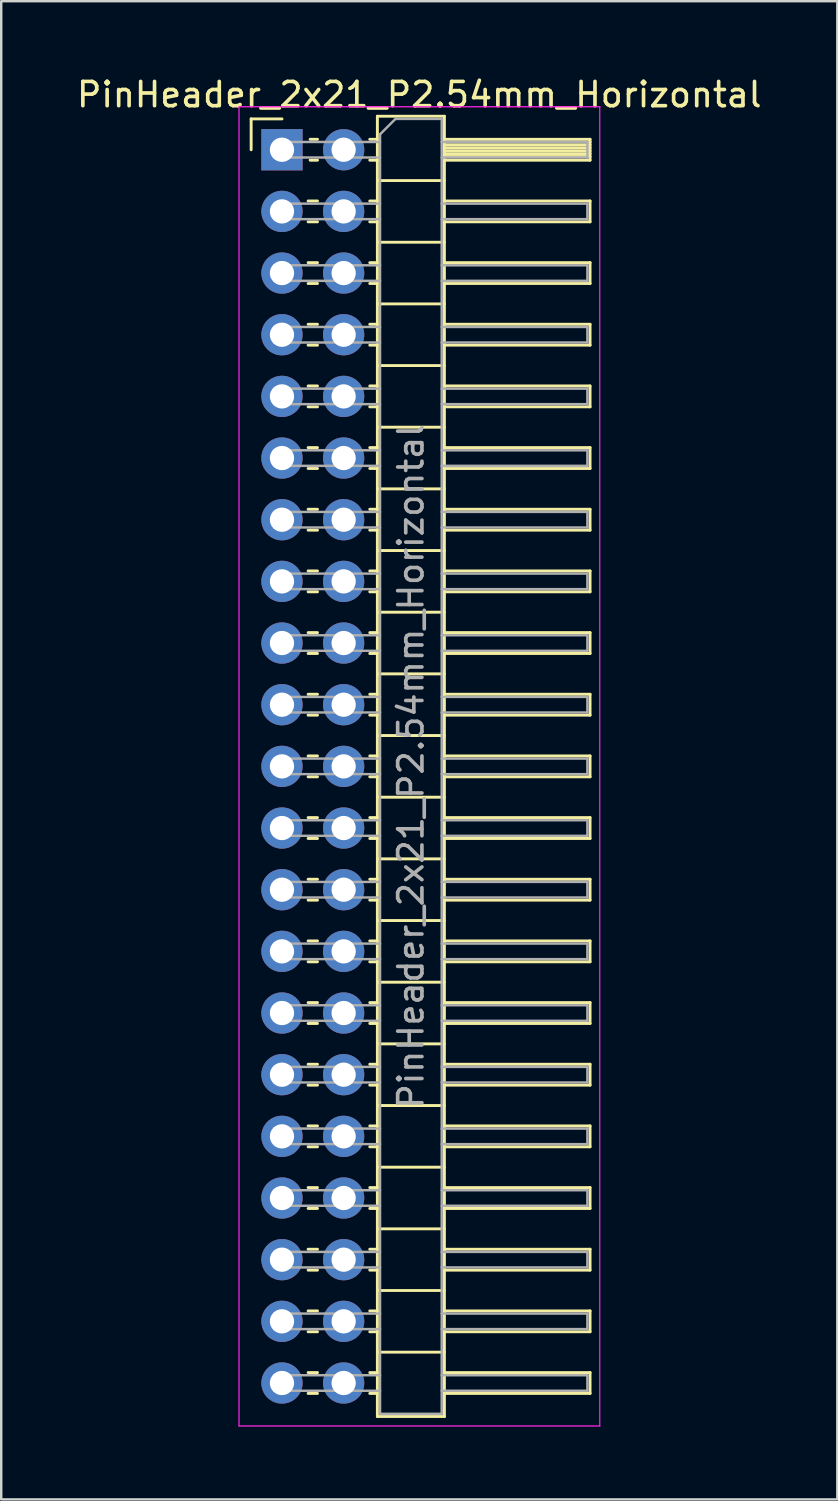
<source format=kicad_pcb>
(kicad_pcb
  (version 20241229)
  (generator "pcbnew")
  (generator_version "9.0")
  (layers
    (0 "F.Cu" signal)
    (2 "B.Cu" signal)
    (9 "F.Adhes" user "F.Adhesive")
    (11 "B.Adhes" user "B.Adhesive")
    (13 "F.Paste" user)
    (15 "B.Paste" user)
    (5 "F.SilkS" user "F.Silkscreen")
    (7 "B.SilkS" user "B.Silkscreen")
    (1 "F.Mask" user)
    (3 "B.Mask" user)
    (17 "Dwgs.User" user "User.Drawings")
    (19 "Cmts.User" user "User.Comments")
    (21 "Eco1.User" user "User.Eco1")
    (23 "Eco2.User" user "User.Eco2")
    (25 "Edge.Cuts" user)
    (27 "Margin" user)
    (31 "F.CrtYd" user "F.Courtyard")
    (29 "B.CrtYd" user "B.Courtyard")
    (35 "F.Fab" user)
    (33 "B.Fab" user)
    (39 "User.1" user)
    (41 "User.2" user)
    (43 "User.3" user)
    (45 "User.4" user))
  (footprint "PinHeader_2x21_P2.54mm_Horizontal"
    (layer "F.Cu")
    (at 8.565 3.118)
    (property "Reference" "PinHeader_2x21_P2.54mm_Horizontal" (at 5.655 -2.27 0) (layer "F.SilkS") (effects (font (size 1 1) (thickness 0.15))))
    (attr through_hole)
    (fp_line (start -1.27 -1.27) (end 0 -1.27) (stroke (width 0.12) (type solid)) (layer "F.SilkS"))
    (fp_line (start -1.27 0) (end -1.27 -1.27) (stroke (width 0.12) (type solid)) (layer "F.SilkS"))
    (fp_line (start 1.077 2.11) (end 1.463 2.11) (stroke (width 0.12) (type solid)) (layer "F.SilkS"))
    (fp_line (start 1.077 2.97) (end 1.463 2.97) (stroke (width 0.12) (type solid)) (layer "F.SilkS"))
    (fp_line (start 1.077 4.65) (end 1.463 4.65) (stroke (width 0.12) (type solid)) (layer "F.SilkS"))
    (fp_line (start 1.077 5.51) (end 1.463 5.51) (stroke (width 0.12) (type solid)) (layer "F.SilkS"))
    (fp_line (start 1.077 7.19) (end 1.463 7.19) (stroke (width 0.12) (type solid)) (layer "F.SilkS"))
    (fp_line (start 1.077 8.05) (end 1.463 8.05) (stroke (width 0.12) (type solid)) (layer "F.SilkS"))
    (fp_line (start 1.077 9.73) (end 1.463 9.73) (stroke (width 0.12) (type solid)) (layer "F.SilkS"))
    (fp_line (start 1.077 10.59) (end 1.463 10.59) (stroke (width 0.12) (type solid)) (layer "F.SilkS"))
    (fp_line (start 1.077 12.27) (end 1.463 12.27) (stroke (width 0.12) (type solid)) (layer "F.SilkS"))
    (fp_line (start 1.077 13.13) (end 1.463 13.13) (stroke (width 0.12) (type solid)) (layer "F.SilkS"))
    (fp_line (start 1.077 14.81) (end 1.463 14.81) (stroke (width 0.12) (type solid)) (layer "F.SilkS"))
    (fp_line (start 1.077 15.67) (end 1.463 15.67) (stroke (width 0.12) (type solid)) (layer "F.SilkS"))
    (fp_line (start 1.077 17.35) (end 1.463 17.35) (stroke (width 0.12) (type solid)) (layer "F.SilkS"))
    (fp_line (start 1.077 18.21) (end 1.463 18.21) (stroke (width 0.12) (type solid)) (layer "F.SilkS"))
    (fp_line (start 1.077 19.89) (end 1.463 19.89) (stroke (width 0.12) (type solid)) (layer "F.SilkS"))
    (fp_line (start 1.077 20.75) (end 1.463 20.75) (stroke (width 0.12) (type solid)) (layer "F.SilkS"))
    (fp_line (start 1.077 22.43) (end 1.463 22.43) (stroke (width 0.12) (type solid)) (layer "F.SilkS"))
    (fp_line (start 1.077 23.29) (end 1.463 23.29) (stroke (width 0.12) (type solid)) (layer "F.SilkS"))
    (fp_line (start 1.077 24.97) (end 1.463 24.97) (stroke (width 0.12) (type solid)) (layer "F.SilkS"))
    (fp_line (start 1.077 25.83) (end 1.463 25.83) (stroke (width 0.12) (type solid)) (layer "F.SilkS"))
    (fp_line (start 1.077 27.51) (end 1.463 27.51) (stroke (width 0.12) (type solid)) (layer "F.SilkS"))
    (fp_line (start 1.077 28.37) (end 1.463 28.37) (stroke (width 0.12) (type solid)) (layer "F.SilkS"))
    (fp_line (start 1.077 30.05) (end 1.463 30.05) (stroke (width 0.12) (type solid)) (layer "F.SilkS"))
    (fp_line (start 1.077 30.91) (end 1.463 30.91) (stroke (width 0.12) (type solid)) (layer "F.SilkS"))
    (fp_line (start 1.077 32.59) (end 1.463 32.59) (stroke (width 0.12) (type solid)) (layer "F.SilkS"))
    (fp_line (start 1.077 33.45) (end 1.463 33.45) (stroke (width 0.12) (type solid)) (layer "F.SilkS"))
    (fp_line (start 1.077 35.13) (end 1.463 35.13) (stroke (width 0.12) (type solid)) (layer "F.SilkS"))
    (fp_line (start 1.077 35.99) (end 1.463 35.99) (stroke (width 0.12) (type solid)) (layer "F.SilkS"))
    (fp_line (start 1.077 37.67) (end 1.463 37.67) (stroke (width 0.12) (type solid)) (layer "F.SilkS"))
    (fp_line (start 1.077 38.53) (end 1.463 38.53) (stroke (width 0.12) (type solid)) (layer "F.SilkS"))
    (fp_line (start 1.077 40.21) (end 1.463 40.21) (stroke (width 0.12) (type solid)) (layer "F.SilkS"))
    (fp_line (start 1.077 41.07) (end 1.463 41.07) (stroke (width 0.12) (type solid)) (layer "F.SilkS"))
    (fp_line (start 1.077 42.75) (end 1.463 42.75) (stroke (width 0.12) (type solid)) (layer "F.SilkS"))
    (fp_line (start 1.077 43.61) (end 1.463 43.61) (stroke (width 0.12) (type solid)) (layer "F.SilkS"))
    (fp_line (start 1.077 45.29) (end 1.463 45.29) (stroke (width 0.12) (type solid)) (layer "F.SilkS"))
    (fp_line (start 1.077 46.15) (end 1.463 46.15) (stroke (width 0.12) (type solid)) (layer "F.SilkS"))
    (fp_line (start 1.077 47.83) (end 1.463 47.83) (stroke (width 0.12) (type solid)) (layer "F.SilkS"))
    (fp_line (start 1.077 48.69) (end 1.463 48.69) (stroke (width 0.12) (type solid)) (layer "F.SilkS"))
    (fp_line (start 1.077 50.37) (end 1.463 50.37) (stroke (width 0.12) (type solid)) (layer "F.SilkS"))
    (fp_line (start 1.077 51.23) (end 1.463 51.23) (stroke (width 0.12) (type solid)) (layer "F.SilkS"))
    (fp_line (start 1.16 -0.43) (end 1.463 -0.43) (stroke (width 0.12) (type solid)) (layer "F.SilkS"))
    (fp_line (start 1.16 0.43) (end 1.463 0.43) (stroke (width 0.12) (type solid)) (layer "F.SilkS"))
    (fp_line (start 3.617 -0.43) (end 3.93 -0.43) (stroke (width 0.12) (type solid)) (layer "F.SilkS"))
    (fp_line (start 3.617 0.43) (end 3.93 0.43) (stroke (width 0.12) (type solid)) (layer "F.SilkS"))
    (fp_line (start 3.617 2.11) (end 3.93 2.11) (stroke (width 0.12) (type solid)) (layer "F.SilkS"))
    (fp_line (start 3.617 2.97) (end 3.93 2.97) (stroke (width 0.12) (type solid)) (layer "F.SilkS"))
    (fp_line (start 3.617 4.65) (end 3.93 4.65) (stroke (width 0.12) (type solid)) (layer "F.SilkS"))
    (fp_line (start 3.617 5.51) (end 3.93 5.51) (stroke (width 0.12) (type solid)) (layer "F.SilkS"))
    (fp_line (start 3.617 7.19) (end 3.93 7.19) (stroke (width 0.12) (type solid)) (layer "F.SilkS"))
    (fp_line (start 3.617 8.05) (end 3.93 8.05) (stroke (width 0.12) (type solid)) (layer "F.SilkS"))
    (fp_line (start 3.617 9.73) (end 3.93 9.73) (stroke (width 0.12) (type solid)) (layer "F.SilkS"))
    (fp_line (start 3.617 10.59) (end 3.93 10.59) (stroke (width 0.12) (type solid)) (layer "F.SilkS"))
    (fp_line (start 3.617 12.27) (end 3.93 12.27) (stroke (width 0.12) (type solid)) (layer "F.SilkS"))
    (fp_line (start 3.617 13.13) (end 3.93 13.13) (stroke (width 0.12) (type solid)) (layer "F.SilkS"))
    (fp_line (start 3.617 14.81) (end 3.93 14.81) (stroke (width 0.12) (type solid)) (layer "F.SilkS"))
    (fp_line (start 3.617 15.67) (end 3.93 15.67) (stroke (width 0.12) (type solid)) (layer "F.SilkS"))
    (fp_line (start 3.617 17.35) (end 3.93 17.35) (stroke (width 0.12) (type solid)) (layer "F.SilkS"))
    (fp_line (start 3.617 18.21) (end 3.93 18.21) (stroke (width 0.12) (type solid)) (layer "F.SilkS"))
    (fp_line (start 3.617 19.89) (end 3.93 19.89) (stroke (width 0.12) (type solid)) (layer "F.SilkS"))
    (fp_line (start 3.617 20.75) (end 3.93 20.75) (stroke (width 0.12) (type solid)) (layer "F.SilkS"))
    (fp_line (start 3.617 22.43) (end 3.93 22.43) (stroke (width 0.12) (type solid)) (layer "F.SilkS"))
    (fp_line (start 3.617 23.29) (end 3.93 23.29) (stroke (width 0.12) (type solid)) (layer "F.SilkS"))
    (fp_line (start 3.617 24.97) (end 3.93 24.97) (stroke (width 0.12) (type solid)) (layer "F.SilkS"))
    (fp_line (start 3.617 25.83) (end 3.93 25.83) (stroke (width 0.12) (type solid)) (layer "F.SilkS"))
    (fp_line (start 3.617 27.51) (end 3.93 27.51) (stroke (width 0.12) (type solid)) (layer "F.SilkS"))
    (fp_line (start 3.617 28.37) (end 3.93 28.37) (stroke (width 0.12) (type solid)) (layer "F.SilkS"))
    (fp_line (start 3.617 30.05) (end 3.93 30.05) (stroke (width 0.12) (type solid)) (layer "F.SilkS"))
    (fp_line (start 3.617 30.91) (end 3.93 30.91) (stroke (width 0.12) (type solid)) (layer "F.SilkS"))
    (fp_line (start 3.617 32.59) (end 3.93 32.59) (stroke (width 0.12) (type solid)) (layer "F.SilkS"))
    (fp_line (start 3.617 33.45) (end 3.93 33.45) (stroke (width 0.12) (type solid)) (layer "F.SilkS"))
    (fp_line (start 3.617 35.13) (end 3.93 35.13) (stroke (width 0.12) (type solid)) (layer "F.SilkS"))
    (fp_line (start 3.617 35.99) (end 3.93 35.99) (stroke (width 0.12) (type solid)) (layer "F.SilkS"))
    (fp_line (start 3.617 37.67) (end 3.93 37.67) (stroke (width 0.12) (type solid)) (layer "F.SilkS"))
    (fp_line (start 3.617 38.53) (end 3.93 38.53) (stroke (width 0.12) (type solid)) (layer "F.SilkS"))
    (fp_line (start 3.617 40.21) (end 3.93 40.21) (stroke (width 0.12) (type solid)) (layer "F.SilkS"))
    (fp_line (start 3.617 41.07) (end 3.93 41.07) (stroke (width 0.12) (type solid)) (layer "F.SilkS"))
    (fp_line (start 3.617 42.75) (end 3.93 42.75) (stroke (width 0.12) (type solid)) (layer "F.SilkS"))
    (fp_line (start 3.617 43.61) (end 3.93 43.61) (stroke (width 0.12) (type solid)) (layer "F.SilkS"))
    (fp_line (start 3.617 45.29) (end 3.93 45.29) (stroke (width 0.12) (type solid)) (layer "F.SilkS"))
    (fp_line (start 3.617 46.15) (end 3.93 46.15) (stroke (width 0.12) (type solid)) (layer "F.SilkS"))
    (fp_line (start 3.617 47.83) (end 3.93 47.83) (stroke (width 0.12) (type solid)) (layer "F.SilkS"))
    (fp_line (start 3.617 48.69) (end 3.93 48.69) (stroke (width 0.12) (type solid)) (layer "F.SilkS"))
    (fp_line (start 3.617 50.37) (end 3.93 50.37) (stroke (width 0.12) (type solid)) (layer "F.SilkS"))
    (fp_line (start 3.617 51.23) (end 3.93 51.23) (stroke (width 0.12) (type solid)) (layer "F.SilkS"))
    (fp_line (start 3.93 -1.38) (end 3.93 52.18) (stroke (width 0.12) (type solid)) (layer "F.SilkS"))
    (fp_line (start 3.93 1.27) (end 6.69 1.27) (stroke (width 0.12) (type solid)) (layer "F.SilkS"))
    (fp_line (start 3.93 3.81) (end 6.69 3.81) (stroke (width 0.12) (type solid)) (layer "F.SilkS"))
    (fp_line (start 3.93 6.35) (end 6.69 6.35) (stroke (width 0.12) (type solid)) (layer "F.SilkS"))
    (fp_line (start 3.93 8.89) (end 6.69 8.89) (stroke (width 0.12) (type solid)) (layer "F.SilkS"))
    (fp_line (start 3.93 11.43) (end 6.69 11.43) (stroke (width 0.12) (type solid)) (layer "F.SilkS"))
    (fp_line (start 3.93 13.97) (end 6.69 13.97) (stroke (width 0.12) (type solid)) (layer "F.SilkS"))
    (fp_line (start 3.93 16.51) (end 6.69 16.51) (stroke (width 0.12) (type solid)) (layer "F.SilkS"))
    (fp_line (start 3.93 19.05) (end 6.69 19.05) (stroke (width 0.12) (type solid)) (layer "F.SilkS"))
    (fp_line (start 3.93 21.59) (end 6.69 21.59) (stroke (width 0.12) (type solid)) (layer "F.SilkS"))
    (fp_line (start 3.93 24.13) (end 6.69 24.13) (stroke (width 0.12) (type solid)) (layer "F.SilkS"))
    (fp_line (start 3.93 26.67) (end 6.69 26.67) (stroke (width 0.12) (type solid)) (layer "F.SilkS"))
    (fp_line (start 3.93 29.21) (end 6.69 29.21) (stroke (width 0.12) (type solid)) (layer "F.SilkS"))
    (fp_line (start 3.93 31.75) (end 6.69 31.75) (stroke (width 0.12) (type solid)) (layer "F.SilkS"))
    (fp_line (start 3.93 34.29) (end 6.69 34.29) (stroke (width 0.12) (type solid)) (layer "F.SilkS"))
    (fp_line (start 3.93 36.83) (end 6.69 36.83) (stroke (width 0.12) (type solid)) (layer "F.SilkS"))
    (fp_line (start 3.93 39.37) (end 6.69 39.37) (stroke (width 0.12) (type solid)) (layer "F.SilkS"))
    (fp_line (start 3.93 41.91) (end 6.69 41.91) (stroke (width 0.12) (type solid)) (layer "F.SilkS"))
    (fp_line (start 3.93 44.45) (end 6.69 44.45) (stroke (width 0.12) (type solid)) (layer "F.SilkS"))
    (fp_line (start 3.93 46.99) (end 6.69 46.99) (stroke (width 0.12) (type solid)) (layer "F.SilkS"))
    (fp_line (start 3.93 49.53) (end 6.69 49.53) (stroke (width 0.12) (type solid)) (layer "F.SilkS"))
    (fp_line (start 3.93 52.18) (end 6.69 52.18) (stroke (width 0.12) (type solid)) (layer "F.SilkS"))
    (fp_line (start 6.69 -1.38) (end 3.93 -1.38) (stroke (width 0.12) (type solid)) (layer "F.SilkS"))
    (fp_line (start 6.69 -0.43) (end 12.69 -0.43) (stroke (width 0.12) (type solid)) (layer "F.SilkS"))
    (fp_line (start 6.69 -0.32) (end 12.69 -0.32) (stroke (width 0.12) (type solid)) (layer "F.SilkS"))
    (fp_line (start 6.69 -0.2) (end 12.69 -0.2) (stroke (width 0.12) (type solid)) (layer "F.SilkS"))
    (fp_line (start 6.69 -0.08) (end 12.69 -0.08) (stroke (width 0.12) (type solid)) (layer "F.SilkS"))
    (fp_line (start 6.69 0.04) (end 12.69 0.04) (stroke (width 0.12) (type solid)) (layer "F.SilkS"))
    (fp_line (start 6.69 0.16) (end 12.69 0.16) (stroke (width 0.12) (type solid)) (layer "F.SilkS"))
    (fp_line (start 6.69 0.28) (end 12.69 0.28) (stroke (width 0.12) (type solid)) (layer "F.SilkS"))
    (fp_line (start 6.69 2.11) (end 12.69 2.11) (stroke (width 0.12) (type solid)) (layer "F.SilkS"))
    (fp_line (start 6.69 4.65) (end 12.69 4.65) (stroke (width 0.12) (type solid)) (layer "F.SilkS"))
    (fp_line (start 6.69 7.19) (end 12.69 7.19) (stroke (width 0.12) (type solid)) (layer "F.SilkS"))
    (fp_line (start 6.69 9.73) (end 12.69 9.73) (stroke (width 0.12) (type solid)) (layer "F.SilkS"))
    (fp_line (start 6.69 12.27) (end 12.69 12.27) (stroke (width 0.12) (type solid)) (layer "F.SilkS"))
    (fp_line (start 6.69 14.81) (end 12.69 14.81) (stroke (width 0.12) (type solid)) (layer "F.SilkS"))
    (fp_line (start 6.69 17.35) (end 12.69 17.35) (stroke (width 0.12) (type solid)) (layer "F.SilkS"))
    (fp_line (start 6.69 19.89) (end 12.69 19.89) (stroke (width 0.12) (type solid)) (layer "F.SilkS"))
    (fp_line (start 6.69 22.43) (end 12.69 22.43) (stroke (width 0.12) (type solid)) (layer "F.SilkS"))
    (fp_line (start 6.69 24.97) (end 12.69 24.97) (stroke (width 0.12) (type solid)) (layer "F.SilkS"))
    (fp_line (start 6.69 27.51) (end 12.69 27.51) (stroke (width 0.12) (type solid)) (layer "F.SilkS"))
    (fp_line (start 6.69 30.05) (end 12.69 30.05) (stroke (width 0.12) (type solid)) (layer "F.SilkS"))
    (fp_line (start 6.69 32.59) (end 12.69 32.59) (stroke (width 0.12) (type solid)) (layer "F.SilkS"))
    (fp_line (start 6.69 35.13) (end 12.69 35.13) (stroke (width 0.12) (type solid)) (layer "F.SilkS"))
    (fp_line (start 6.69 37.67) (end 12.69 37.67) (stroke (width 0.12) (type solid)) (layer "F.SilkS"))
    (fp_line (start 6.69 40.21) (end 12.69 40.21) (stroke (width 0.12) (type solid)) (layer "F.SilkS"))
    (fp_line (start 6.69 42.75) (end 12.69 42.75) (stroke (width 0.12) (type solid)) (layer "F.SilkS"))
    (fp_line (start 6.69 45.29) (end 12.69 45.29) (stroke (width 0.12) (type solid)) (layer "F.SilkS"))
    (fp_line (start 6.69 47.83) (end 12.69 47.83) (stroke (width 0.12) (type solid)) (layer "F.SilkS"))
    (fp_line (start 6.69 50.37) (end 12.69 50.37) (stroke (width 0.12) (type solid)) (layer "F.SilkS"))
    (fp_line (start 6.69 52.18) (end 6.69 -1.38) (stroke (width 0.12) (type solid)) (layer "F.SilkS"))
    (fp_line (start 12.69 -0.43) (end 12.69 0.43) (stroke (width 0.12) (type solid)) (layer "F.SilkS"))
    (fp_line (start 12.69 0.43) (end 6.69 0.43) (stroke (width 0.12) (type solid)) (layer "F.SilkS"))
    (fp_line (start 12.69 2.11) (end 12.69 2.97) (stroke (width 0.12) (type solid)) (layer "F.SilkS"))
    (fp_line (start 12.69 2.97) (end 6.69 2.97) (stroke (width 0.12) (type solid)) (layer "F.SilkS"))
    (fp_line (start 12.69 4.65) (end 12.69 5.51) (stroke (width 0.12) (type solid)) (layer "F.SilkS"))
    (fp_line (start 12.69 5.51) (end 6.69 5.51) (stroke (width 0.12) (type solid)) (layer "F.SilkS"))
    (fp_line (start 12.69 7.19) (end 12.69 8.05) (stroke (width 0.12) (type solid)) (layer "F.SilkS"))
    (fp_line (start 12.69 8.05) (end 6.69 8.05) (stroke (width 0.12) (type solid)) (layer "F.SilkS"))
    (fp_line (start 12.69 9.73) (end 12.69 10.59) (stroke (width 0.12) (type solid)) (layer "F.SilkS"))
    (fp_line (start 12.69 10.59) (end 6.69 10.59) (stroke (width 0.12) (type solid)) (layer "F.SilkS"))
    (fp_line (start 12.69 12.27) (end 12.69 13.13) (stroke (width 0.12) (type solid)) (layer "F.SilkS"))
    (fp_line (start 12.69 13.13) (end 6.69 13.13) (stroke (width 0.12) (type solid)) (layer "F.SilkS"))
    (fp_line (start 12.69 14.81) (end 12.69 15.67) (stroke (width 0.12) (type solid)) (layer "F.SilkS"))
    (fp_line (start 12.69 15.67) (end 6.69 15.67) (stroke (width 0.12) (type solid)) (layer "F.SilkS"))
    (fp_line (start 12.69 17.35) (end 12.69 18.21) (stroke (width 0.12) (type solid)) (layer "F.SilkS"))
    (fp_line (start 12.69 18.21) (end 6.69 18.21) (stroke (width 0.12) (type solid)) (layer "F.SilkS"))
    (fp_line (start 12.69 19.89) (end 12.69 20.75) (stroke (width 0.12) (type solid)) (layer "F.SilkS"))
    (fp_line (start 12.69 20.75) (end 6.69 20.75) (stroke (width 0.12) (type solid)) (layer "F.SilkS"))
    (fp_line (start 12.69 22.43) (end 12.69 23.29) (stroke (width 0.12) (type solid)) (layer "F.SilkS"))
    (fp_line (start 12.69 23.29) (end 6.69 23.29) (stroke (width 0.12) (type solid)) (layer "F.SilkS"))
    (fp_line (start 12.69 24.97) (end 12.69 25.83) (stroke (width 0.12) (type solid)) (layer "F.SilkS"))
    (fp_line (start 12.69 25.83) (end 6.69 25.83) (stroke (width 0.12) (type solid)) (layer "F.SilkS"))
    (fp_line (start 12.69 27.51) (end 12.69 28.37) (stroke (width 0.12) (type solid)) (layer "F.SilkS"))
    (fp_line (start 12.69 28.37) (end 6.69 28.37) (stroke (width 0.12) (type solid)) (layer "F.SilkS"))
    (fp_line (start 12.69 30.05) (end 12.69 30.91) (stroke (width 0.12) (type solid)) (layer "F.SilkS"))
    (fp_line (start 12.69 30.91) (end 6.69 30.91) (stroke (width 0.12) (type solid)) (layer "F.SilkS"))
    (fp_line (start 12.69 32.59) (end 12.69 33.45) (stroke (width 0.12) (type solid)) (layer "F.SilkS"))
    (fp_line (start 12.69 33.45) (end 6.69 33.45) (stroke (width 0.12) (type solid)) (layer "F.SilkS"))
    (fp_line (start 12.69 35.13) (end 12.69 35.99) (stroke (width 0.12) (type solid)) (layer "F.SilkS"))
    (fp_line (start 12.69 35.99) (end 6.69 35.99) (stroke (width 0.12) (type solid)) (layer "F.SilkS"))
    (fp_line (start 12.69 37.67) (end 12.69 38.53) (stroke (width 0.12) (type solid)) (layer "F.SilkS"))
    (fp_line (start 12.69 38.53) (end 6.69 38.53) (stroke (width 0.12) (type solid)) (layer "F.SilkS"))
    (fp_line (start 12.69 40.21) (end 12.69 41.07) (stroke (width 0.12) (type solid)) (layer "F.SilkS"))
    (fp_line (start 12.69 41.07) (end 6.69 41.07) (stroke (width 0.12) (type solid)) (layer "F.SilkS"))
    (fp_line (start 12.69 42.75) (end 12.69 43.61) (stroke (width 0.12) (type solid)) (layer "F.SilkS"))
    (fp_line (start 12.69 43.61) (end 6.69 43.61) (stroke (width 0.12) (type solid)) (layer "F.SilkS"))
    (fp_line (start 12.69 45.29) (end 12.69 46.15) (stroke (width 0.12) (type solid)) (layer "F.SilkS"))
    (fp_line (start 12.69 46.15) (end 6.69 46.15) (stroke (width 0.12) (type solid)) (layer "F.SilkS"))
    (fp_line (start 12.69 47.83) (end 12.69 48.69) (stroke (width 0.12) (type solid)) (layer "F.SilkS"))
    (fp_line (start 12.69 48.69) (end 6.69 48.69) (stroke (width 0.12) (type solid)) (layer "F.SilkS"))
    (fp_line (start 12.69 50.37) (end 12.69 51.23) (stroke (width 0.12) (type solid)) (layer "F.SilkS"))
    (fp_line (start 12.69 51.23) (end 6.69 51.23) (stroke (width 0.12) (type solid)) (layer "F.SilkS"))
    (fp_line (start -1.77 -1.77) (end -1.77 52.57) (stroke (width 0.05) (type solid)) (layer "F.CrtYd"))
    (fp_line (start -1.77 52.57) (end 13.09 52.57) (stroke (width 0.05) (type solid)) (layer "F.CrtYd"))
    (fp_line (start 13.09 -1.77) (end -1.77 -1.77) (stroke (width 0.05) (type solid)) (layer "F.CrtYd"))
    (fp_line (start 13.09 52.57) (end 13.09 -1.77) (stroke (width 0.05) (type solid)) (layer "F.CrtYd"))
    (fp_line (start -0.32 -0.32) (end -0.32 0.32) (stroke (width 0.1) (type solid)) (layer "F.Fab"))
    (fp_line (start -0.32 -0.32) (end 4.04 -0.32) (stroke (width 0.1) (type solid)) (layer "F.Fab"))
    (fp_line (start -0.32 0.32) (end 4.04 0.32) (stroke (width 0.1) (type solid)) (layer "F.Fab"))
    (fp_line (start -0.32 2.22) (end -0.32 2.86) (stroke (width 0.1) (type solid)) (layer "F.Fab"))
    (fp_line (start -0.32 2.22) (end 4.04 2.22) (stroke (width 0.1) (type solid)) (layer "F.Fab"))
    (fp_line (start -0.32 2.86) (end 4.04 2.86) (stroke (width 0.1) (type solid)) (layer "F.Fab"))
    (fp_line (start -0.32 4.76) (end -0.32 5.4) (stroke (width 0.1) (type solid)) (layer "F.Fab"))
    (fp_line (start -0.32 4.76) (end 4.04 4.76) (stroke (width 0.1) (type solid)) (layer "F.Fab"))
    (fp_line (start -0.32 5.4) (end 4.04 5.4) (stroke (width 0.1) (type solid)) (layer "F.Fab"))
    (fp_line (start -0.32 7.3) (end -0.32 7.94) (stroke (width 0.1) (type solid)) (layer "F.Fab"))
    (fp_line (start -0.32 7.3) (end 4.04 7.3) (stroke (width 0.1) (type solid)) (layer "F.Fab"))
    (fp_line (start -0.32 7.94) (end 4.04 7.94) (stroke (width 0.1) (type solid)) (layer "F.Fab"))
    (fp_line (start -0.32 9.84) (end -0.32 10.48) (stroke (width 0.1) (type solid)) (layer "F.Fab"))
    (fp_line (start -0.32 9.84) (end 4.04 9.84) (stroke (width 0.1) (type solid)) (layer "F.Fab"))
    (fp_line (start -0.32 10.48) (end 4.04 10.48) (stroke (width 0.1) (type solid)) (layer "F.Fab"))
    (fp_line (start -0.32 12.38) (end -0.32 13.02) (stroke (width 0.1) (type solid)) (layer "F.Fab"))
    (fp_line (start -0.32 12.38) (end 4.04 12.38) (stroke (width 0.1) (type solid)) (layer "F.Fab"))
    (fp_line (start -0.32 13.02) (end 4.04 13.02) (stroke (width 0.1) (type solid)) (layer "F.Fab"))
    (fp_line (start -0.32 14.92) (end -0.32 15.56) (stroke (width 0.1) (type solid)) (layer "F.Fab"))
    (fp_line (start -0.32 14.92) (end 4.04 14.92) (stroke (width 0.1) (type solid)) (layer "F.Fab"))
    (fp_line (start -0.32 15.56) (end 4.04 15.56) (stroke (width 0.1) (type solid)) (layer "F.Fab"))
    (fp_line (start -0.32 17.46) (end -0.32 18.1) (stroke (width 0.1) (type solid)) (layer "F.Fab"))
    (fp_line (start -0.32 17.46) (end 4.04 17.46) (stroke (width 0.1) (type solid)) (layer "F.Fab"))
    (fp_line (start -0.32 18.1) (end 4.04 18.1) (stroke (width 0.1) (type solid)) (layer "F.Fab"))
    (fp_line (start -0.32 20) (end -0.32 20.64) (stroke (width 0.1) (type solid)) (layer "F.Fab"))
    (fp_line (start -0.32 20) (end 4.04 20) (stroke (width 0.1) (type solid)) (layer "F.Fab"))
    (fp_line (start -0.32 20.64) (end 4.04 20.64) (stroke (width 0.1) (type solid)) (layer "F.Fab"))
    (fp_line (start -0.32 22.54) (end -0.32 23.18) (stroke (width 0.1) (type solid)) (layer "F.Fab"))
    (fp_line (start -0.32 22.54) (end 4.04 22.54) (stroke (width 0.1) (type solid)) (layer "F.Fab"))
    (fp_line (start -0.32 23.18) (end 4.04 23.18) (stroke (width 0.1) (type solid)) (layer "F.Fab"))
    (fp_line (start -0.32 25.08) (end -0.32 25.72) (stroke (width 0.1) (type solid)) (layer "F.Fab"))
    (fp_line (start -0.32 25.08) (end 4.04 25.08) (stroke (width 0.1) (type solid)) (layer "F.Fab"))
    (fp_line (start -0.32 25.72) (end 4.04 25.72) (stroke (width 0.1) (type solid)) (layer "F.Fab"))
    (fp_line (start -0.32 27.62) (end -0.32 28.26) (stroke (width 0.1) (type solid)) (layer "F.Fab"))
    (fp_line (start -0.32 27.62) (end 4.04 27.62) (stroke (width 0.1) (type solid)) (layer "F.Fab"))
    (fp_line (start -0.32 28.26) (end 4.04 28.26) (stroke (width 0.1) (type solid)) (layer "F.Fab"))
    (fp_line (start -0.32 30.16) (end -0.32 30.8) (stroke (width 0.1) (type solid)) (layer "F.Fab"))
    (fp_line (start -0.32 30.16) (end 4.04 30.16) (stroke (width 0.1) (type solid)) (layer "F.Fab"))
    (fp_line (start -0.32 30.8) (end 4.04 30.8) (stroke (width 0.1) (type solid)) (layer "F.Fab"))
    (fp_line (start -0.32 32.7) (end -0.32 33.34) (stroke (width 0.1) (type solid)) (layer "F.Fab"))
    (fp_line (start -0.32 32.7) (end 4.04 32.7) (stroke (width 0.1) (type solid)) (layer "F.Fab"))
    (fp_line (start -0.32 33.34) (end 4.04 33.34) (stroke (width 0.1) (type solid)) (layer "F.Fab"))
    (fp_line (start -0.32 35.24) (end -0.32 35.88) (stroke (width 0.1) (type solid)) (layer "F.Fab"))
    (fp_line (start -0.32 35.24) (end 4.04 35.24) (stroke (width 0.1) (type solid)) (layer "F.Fab"))
    (fp_line (start -0.32 35.88) (end 4.04 35.88) (stroke (width 0.1) (type solid)) (layer "F.Fab"))
    (fp_line (start -0.32 37.78) (end -0.32 38.42) (stroke (width 0.1) (type solid)) (layer "F.Fab"))
    (fp_line (start -0.32 37.78) (end 4.04 37.78) (stroke (width 0.1) (type solid)) (layer "F.Fab"))
    (fp_line (start -0.32 38.42) (end 4.04 38.42) (stroke (width 0.1) (type solid)) (layer "F.Fab"))
    (fp_line (start -0.32 40.32) (end -0.32 40.96) (stroke (width 0.1) (type solid)) (layer "F.Fab"))
    (fp_line (start -0.32 40.32) (end 4.04 40.32) (stroke (width 0.1) (type solid)) (layer "F.Fab"))
    (fp_line (start -0.32 40.96) (end 4.04 40.96) (stroke (width 0.1) (type solid)) (layer "F.Fab"))
    (fp_line (start -0.32 42.86) (end -0.32 43.5) (stroke (width 0.1) (type solid)) (layer "F.Fab"))
    (fp_line (start -0.32 42.86) (end 4.04 42.86) (stroke (width 0.1) (type solid)) (layer "F.Fab"))
    (fp_line (start -0.32 43.5) (end 4.04 43.5) (stroke (width 0.1) (type solid)) (layer "F.Fab"))
    (fp_line (start -0.32 45.4) (end -0.32 46.04) (stroke (width 0.1) (type solid)) (layer "F.Fab"))
    (fp_line (start -0.32 45.4) (end 4.04 45.4) (stroke (width 0.1) (type solid)) (layer "F.Fab"))
    (fp_line (start -0.32 46.04) (end 4.04 46.04) (stroke (width 0.1) (type solid)) (layer "F.Fab"))
    (fp_line (start -0.32 47.94) (end -0.32 48.58) (stroke (width 0.1) (type solid)) (layer "F.Fab"))
    (fp_line (start -0.32 47.94) (end 4.04 47.94) (stroke (width 0.1) (type solid)) (layer "F.Fab"))
    (fp_line (start -0.32 48.58) (end 4.04 48.58) (stroke (width 0.1) (type solid)) (layer "F.Fab"))
    (fp_line (start -0.32 50.48) (end -0.32 51.12) (stroke (width 0.1) (type solid)) (layer "F.Fab"))
    (fp_line (start -0.32 50.48) (end 4.04 50.48) (stroke (width 0.1) (type solid)) (layer "F.Fab"))
    (fp_line (start -0.32 51.12) (end 4.04 51.12) (stroke (width 0.1) (type solid)) (layer "F.Fab"))
    (fp_line (start 4.04 -0.635) (end 4.675 -1.27) (stroke (width 0.1) (type solid)) (layer "F.Fab"))
    (fp_line (start 4.04 52.07) (end 4.04 -0.635) (stroke (width 0.1) (type solid)) (layer "F.Fab"))
    (fp_line (start 4.675 -1.27) (end 6.58 -1.27) (stroke (width 0.1) (type solid)) (layer "F.Fab"))
    (fp_line (start 6.58 -1.27) (end 6.58 52.07) (stroke (width 0.1) (type solid)) (layer "F.Fab"))
    (fp_line (start 6.58 -0.32) (end 12.58 -0.32) (stroke (width 0.1) (type solid)) (layer "F.Fab"))
    (fp_line (start 6.58 0.32) (end 12.58 0.32) (stroke (width 0.1) (type solid)) (layer "F.Fab"))
    (fp_line (start 6.58 2.22) (end 12.58 2.22) (stroke (width 0.1) (type solid)) (layer "F.Fab"))
    (fp_line (start 6.58 2.86) (end 12.58 2.86) (stroke (width 0.1) (type solid)) (layer "F.Fab"))
    (fp_line (start 6.58 4.76) (end 12.58 4.76) (stroke (width 0.1) (type solid)) (layer "F.Fab"))
    (fp_line (start 6.58 5.4) (end 12.58 5.4) (stroke (width 0.1) (type solid)) (layer "F.Fab"))
    (fp_line (start 6.58 7.3) (end 12.58 7.3) (stroke (width 0.1) (type solid)) (layer "F.Fab"))
    (fp_line (start 6.58 7.94) (end 12.58 7.94) (stroke (width 0.1) (type solid)) (layer "F.Fab"))
    (fp_line (start 6.58 9.84) (end 12.58 9.84) (stroke (width 0.1) (type solid)) (layer "F.Fab"))
    (fp_line (start 6.58 10.48) (end 12.58 10.48) (stroke (width 0.1) (type solid)) (layer "F.Fab"))
    (fp_line (start 6.58 12.38) (end 12.58 12.38) (stroke (width 0.1) (type solid)) (layer "F.Fab"))
    (fp_line (start 6.58 13.02) (end 12.58 13.02) (stroke (width 0.1) (type solid)) (layer "F.Fab"))
    (fp_line (start 6.58 14.92) (end 12.58 14.92) (stroke (width 0.1) (type solid)) (layer "F.Fab"))
    (fp_line (start 6.58 15.56) (end 12.58 15.56) (stroke (width 0.1) (type solid)) (layer "F.Fab"))
    (fp_line (start 6.58 17.46) (end 12.58 17.46) (stroke (width 0.1) (type solid)) (layer "F.Fab"))
    (fp_line (start 6.58 18.1) (end 12.58 18.1) (stroke (width 0.1) (type solid)) (layer "F.Fab"))
    (fp_line (start 6.58 20) (end 12.58 20) (stroke (width 0.1) (type solid)) (layer "F.Fab"))
    (fp_line (start 6.58 20.64) (end 12.58 20.64) (stroke (width 0.1) (type solid)) (layer "F.Fab"))
    (fp_line (start 6.58 22.54) (end 12.58 22.54) (stroke (width 0.1) (type solid)) (layer "F.Fab"))
    (fp_line (start 6.58 23.18) (end 12.58 23.18) (stroke (width 0.1) (type solid)) (layer "F.Fab"))
    (fp_line (start 6.58 25.08) (end 12.58 25.08) (stroke (width 0.1) (type solid)) (layer "F.Fab"))
    (fp_line (start 6.58 25.72) (end 12.58 25.72) (stroke (width 0.1) (type solid)) (layer "F.Fab"))
    (fp_line (start 6.58 27.62) (end 12.58 27.62) (stroke (width 0.1) (type solid)) (layer "F.Fab"))
    (fp_line (start 6.58 28.26) (end 12.58 28.26) (stroke (width 0.1) (type solid)) (layer "F.Fab"))
    (fp_line (start 6.58 30.16) (end 12.58 30.16) (stroke (width 0.1) (type solid)) (layer "F.Fab"))
    (fp_line (start 6.58 30.8) (end 12.58 30.8) (stroke (width 0.1) (type solid)) (layer "F.Fab"))
    (fp_line (start 6.58 32.7) (end 12.58 32.7) (stroke (width 0.1) (type solid)) (layer "F.Fab"))
    (fp_line (start 6.58 33.34) (end 12.58 33.34) (stroke (width 0.1) (type solid)) (layer "F.Fab"))
    (fp_line (start 6.58 35.24) (end 12.58 35.24) (stroke (width 0.1) (type solid)) (layer "F.Fab"))
    (fp_line (start 6.58 35.88) (end 12.58 35.88) (stroke (width 0.1) (type solid)) (layer "F.Fab"))
    (fp_line (start 6.58 37.78) (end 12.58 37.78) (stroke (width 0.1) (type solid)) (layer "F.Fab"))
    (fp_line (start 6.58 38.42) (end 12.58 38.42) (stroke (width 0.1) (type solid)) (layer "F.Fab"))
    (fp_line (start 6.58 40.32) (end 12.58 40.32) (stroke (width 0.1) (type solid)) (layer "F.Fab"))
    (fp_line (start 6.58 40.96) (end 12.58 40.96) (stroke (width 0.1) (type solid)) (layer "F.Fab"))
    (fp_line (start 6.58 42.86) (end 12.58 42.86) (stroke (width 0.1) (type solid)) (layer "F.Fab"))
    (fp_line (start 6.58 43.5) (end 12.58 43.5) (stroke (width 0.1) (type solid)) (layer "F.Fab"))
    (fp_line (start 6.58 45.4) (end 12.58 45.4) (stroke (width 0.1) (type solid)) (layer "F.Fab"))
    (fp_line (start 6.58 46.04) (end 12.58 46.04) (stroke (width 0.1) (type solid)) (layer "F.Fab"))
    (fp_line (start 6.58 47.94) (end 12.58 47.94) (stroke (width 0.1) (type solid)) (layer "F.Fab"))
    (fp_line (start 6.58 48.58) (end 12.58 48.58) (stroke (width 0.1) (type solid)) (layer "F.Fab"))
    (fp_line (start 6.58 50.48) (end 12.58 50.48) (stroke (width 0.1) (type solid)) (layer "F.Fab"))
    (fp_line (start 6.58 51.12) (end 12.58 51.12) (stroke (width 0.1) (type solid)) (layer "F.Fab"))
    (fp_line (start 6.58 52.07) (end 4.04 52.07) (stroke (width 0.1) (type solid)) (layer "F.Fab"))
    (fp_line (start 12.58 -0.32) (end 12.58 0.32) (stroke (width 0.1) (type solid)) (layer "F.Fab"))
    (fp_line (start 12.58 2.22) (end 12.58 2.86) (stroke (width 0.1) (type solid)) (layer "F.Fab"))
    (fp_line (start 12.58 4.76) (end 12.58 5.4) (stroke (width 0.1) (type solid)) (layer "F.Fab"))
    (fp_line (start 12.58 7.3) (end 12.58 7.94) (stroke (width 0.1) (type solid)) (layer "F.Fab"))
    (fp_line (start 12.58 9.84) (end 12.58 10.48) (stroke (width 0.1) (type solid)) (layer "F.Fab"))
    (fp_line (start 12.58 12.38) (end 12.58 13.02) (stroke (width 0.1) (type solid)) (layer "F.Fab"))
    (fp_line (start 12.58 14.92) (end 12.58 15.56) (stroke (width 0.1) (type solid)) (layer "F.Fab"))
    (fp_line (start 12.58 17.46) (end 12.58 18.1) (stroke (width 0.1) (type solid)) (layer "F.Fab"))
    (fp_line (start 12.58 20) (end 12.58 20.64) (stroke (width 0.1) (type solid)) (layer "F.Fab"))
    (fp_line (start 12.58 22.54) (end 12.58 23.18) (stroke (width 0.1) (type solid)) (layer "F.Fab"))
    (fp_line (start 12.58 25.08) (end 12.58 25.72) (stroke (width 0.1) (type solid)) (layer "F.Fab"))
    (fp_line (start 12.58 27.62) (end 12.58 28.26) (stroke (width 0.1) (type solid)) (layer "F.Fab"))
    (fp_line (start 12.58 30.16) (end 12.58 30.8) (stroke (width 0.1) (type solid)) (layer "F.Fab"))
    (fp_line (start 12.58 32.7) (end 12.58 33.34) (stroke (width 0.1) (type solid)) (layer "F.Fab"))
    (fp_line (start 12.58 35.24) (end 12.58 35.88) (stroke (width 0.1) (type solid)) (layer "F.Fab"))
    (fp_line (start 12.58 37.78) (end 12.58 38.42) (stroke (width 0.1) (type solid)) (layer "F.Fab"))
    (fp_line (start 12.58 40.32) (end 12.58 40.96) (stroke (width 0.1) (type solid)) (layer "F.Fab"))
    (fp_line (start 12.58 42.86) (end 12.58 43.5) (stroke (width 0.1) (type solid)) (layer "F.Fab"))
    (fp_line (start 12.58 45.4) (end 12.58 46.04) (stroke (width 0.1) (type solid)) (layer "F.Fab"))
    (fp_line (start 12.58 47.94) (end 12.58 48.58) (stroke (width 0.1) (type solid)) (layer "F.Fab"))
    (fp_line (start 12.58 50.48) (end 12.58 51.12) (stroke (width 0.1) (type solid)) (layer "F.Fab"))
    (fp_text user "${REFERENCE}" (at 5.31 25.4 90) (layer "F.Fab") (effects (font (size 1 1) (thickness 0.15))))
    (pad "1" thru_hole rect (at 0 0) (size 1.7 1.7) (drill 1) (layers "*.Cu" "*.Mask"))
    (pad "2" thru_hole circle (at 2.54 0) (size 1.7 1.7) (drill 1) (layers "*.Cu" "*.Mask"))
    (pad "3" thru_hole circle (at 0 2.54) (size 1.7 1.7) (drill 1) (layers "*.Cu" "*.Mask"))
    (pad "4" thru_hole circle (at 2.54 2.54) (size 1.7 1.7) (drill 1) (layers "*.Cu" "*.Mask"))
    (pad "5" thru_hole circle (at 0 5.08) (size 1.7 1.7) (drill 1) (layers "*.Cu" "*.Mask"))
    (pad "6" thru_hole circle (at 2.54 5.08) (size 1.7 1.7) (drill 1) (layers "*.Cu" "*.Mask"))
    (pad "7" thru_hole circle (at 0 7.62) (size 1.7 1.7) (drill 1) (layers "*.Cu" "*.Mask"))
    (pad "8" thru_hole circle (at 2.54 7.62) (size 1.7 1.7) (drill 1) (layers "*.Cu" "*.Mask"))
    (pad "9" thru_hole circle (at 0 10.16) (size 1.7 1.7) (drill 1) (layers "*.Cu" "*.Mask"))
    (pad "10" thru_hole circle (at 2.54 10.16) (size 1.7 1.7) (drill 1) (layers "*.Cu" "*.Mask"))
    (pad "11" thru_hole circle (at 0 12.7) (size 1.7 1.7) (drill 1) (layers "*.Cu" "*.Mask"))
    (pad "12" thru_hole circle (at 2.54 12.7) (size 1.7 1.7) (drill 1) (layers "*.Cu" "*.Mask"))
    (pad "13" thru_hole circle (at 0 15.24) (size 1.7 1.7) (drill 1) (layers "*.Cu" "*.Mask"))
    (pad "14" thru_hole circle (at 2.54 15.24) (size 1.7 1.7) (drill 1) (layers "*.Cu" "*.Mask"))
    (pad "15" thru_hole circle (at 0 17.78) (size 1.7 1.7) (drill 1) (layers "*.Cu" "*.Mask"))
    (pad "16" thru_hole circle (at 2.54 17.78) (size 1.7 1.7) (drill 1) (layers "*.Cu" "*.Mask"))
    (pad "17" thru_hole circle (at 0 20.32) (size 1.7 1.7) (drill 1) (layers "*.Cu" "*.Mask"))
    (pad "18" thru_hole circle (at 2.54 20.32) (size 1.7 1.7) (drill 1) (layers "*.Cu" "*.Mask"))
    (pad "19" thru_hole circle (at 0 22.86) (size 1.7 1.7) (drill 1) (layers "*.Cu" "*.Mask"))
    (pad "20" thru_hole circle (at 2.54 22.86) (size 1.7 1.7) (drill 1) (layers "*.Cu" "*.Mask"))
    (pad "21" thru_hole circle (at 0 25.4) (size 1.7 1.7) (drill 1) (layers "*.Cu" "*.Mask"))
    (pad "22" thru_hole circle (at 2.54 25.4) (size 1.7 1.7) (drill 1) (layers "*.Cu" "*.Mask"))
    (pad "23" thru_hole circle (at 0 27.94) (size 1.7 1.7) (drill 1) (layers "*.Cu" "*.Mask"))
    (pad "24" thru_hole circle (at 2.54 27.94) (size 1.7 1.7) (drill 1) (layers "*.Cu" "*.Mask"))
    (pad "25" thru_hole circle (at 0 30.48) (size 1.7 1.7) (drill 1) (layers "*.Cu" "*.Mask"))
    (pad "26" thru_hole circle (at 2.54 30.48) (size 1.7 1.7) (drill 1) (layers "*.Cu" "*.Mask"))
    (pad "27" thru_hole circle (at 0 33.02) (size 1.7 1.7) (drill 1) (layers "*.Cu" "*.Mask"))
    (pad "28" thru_hole circle (at 2.54 33.02) (size 1.7 1.7) (drill 1) (layers "*.Cu" "*.Mask"))
    (pad "29" thru_hole circle (at 0 35.56) (size 1.7 1.7) (drill 1) (layers "*.Cu" "*.Mask"))
    (pad "30" thru_hole circle (at 2.54 35.56) (size 1.7 1.7) (drill 1) (layers "*.Cu" "*.Mask"))
    (pad "31" thru_hole circle (at 0 38.1) (size 1.7 1.7) (drill 1) (layers "*.Cu" "*.Mask"))
    (pad "32" thru_hole circle (at 2.54 38.1) (size 1.7 1.7) (drill 1) (layers "*.Cu" "*.Mask"))
    (pad "33" thru_hole circle (at 0 40.64) (size 1.7 1.7) (drill 1) (layers "*.Cu" "*.Mask"))
    (pad "34" thru_hole circle (at 2.54 40.64) (size 1.7 1.7) (drill 1) (layers "*.Cu" "*.Mask"))
    (pad "35" thru_hole circle (at 0 43.18) (size 1.7 1.7) (drill 1) (layers "*.Cu" "*.Mask"))
    (pad "36" thru_hole circle (at 2.54 43.18) (size 1.7 1.7) (drill 1) (layers "*.Cu" "*.Mask"))
    (pad "37" thru_hole circle (at 0 45.72) (size 1.7 1.7) (drill 1) (layers "*.Cu" "*.Mask"))
    (pad "38" thru_hole circle (at 2.54 45.72) (size 1.7 1.7) (drill 1) (layers "*.Cu" "*.Mask"))
    (pad "39" thru_hole circle (at 0 48.26) (size 1.7 1.7) (drill 1) (layers "*.Cu" "*.Mask"))
    (pad "40" thru_hole circle (at 2.54 48.26) (size 1.7 1.7) (drill 1) (layers "*.Cu" "*.Mask"))
    (pad "41" thru_hole circle (at 0 50.8) (size 1.7 1.7) (drill 1) (layers "*.Cu" "*.Mask"))
    (pad "42" thru_hole circle (at 2.54 50.8) (size 1.7 1.7) (drill 1) (layers "*.Cu" "*.Mask")))
  (gr_rect
    (start -3 -3)
    (end 31.44 58.713)
    (stroke (width 0.1) (type default))
    (fill no)
    (layer "Edge.Cuts")))
</source>
